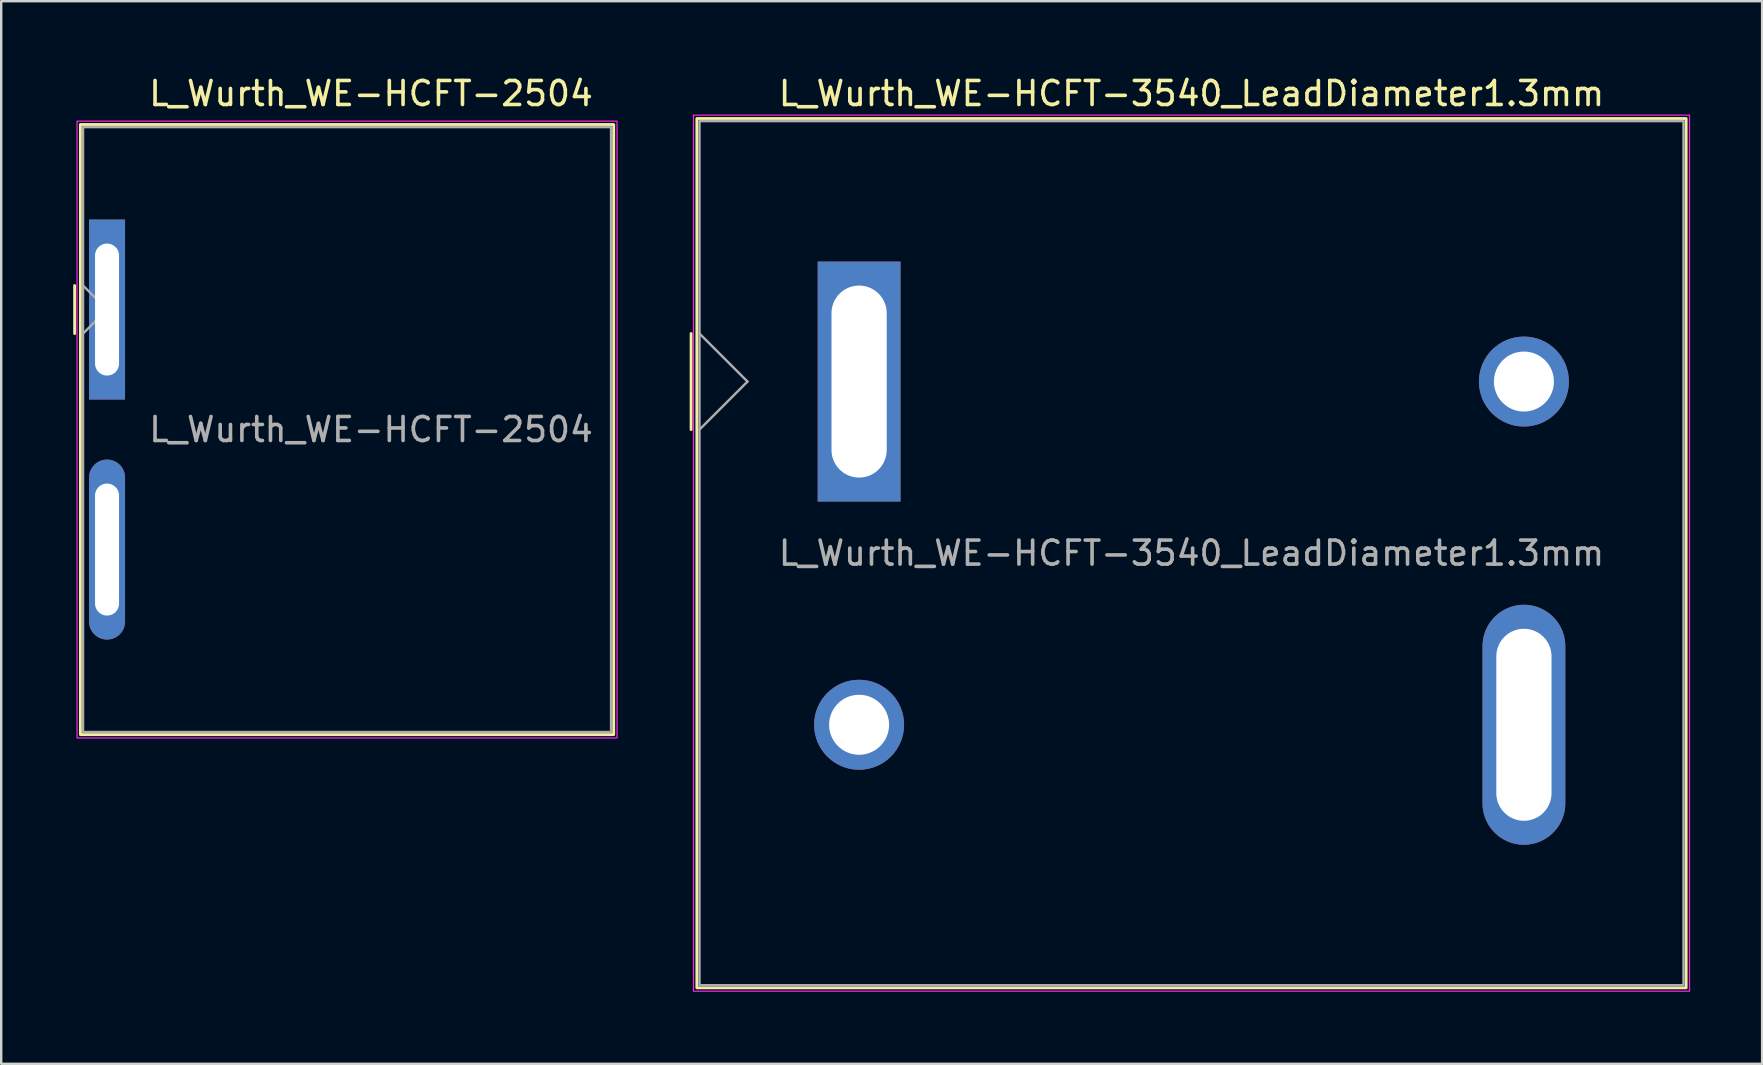
<source format=kicad_pcb>
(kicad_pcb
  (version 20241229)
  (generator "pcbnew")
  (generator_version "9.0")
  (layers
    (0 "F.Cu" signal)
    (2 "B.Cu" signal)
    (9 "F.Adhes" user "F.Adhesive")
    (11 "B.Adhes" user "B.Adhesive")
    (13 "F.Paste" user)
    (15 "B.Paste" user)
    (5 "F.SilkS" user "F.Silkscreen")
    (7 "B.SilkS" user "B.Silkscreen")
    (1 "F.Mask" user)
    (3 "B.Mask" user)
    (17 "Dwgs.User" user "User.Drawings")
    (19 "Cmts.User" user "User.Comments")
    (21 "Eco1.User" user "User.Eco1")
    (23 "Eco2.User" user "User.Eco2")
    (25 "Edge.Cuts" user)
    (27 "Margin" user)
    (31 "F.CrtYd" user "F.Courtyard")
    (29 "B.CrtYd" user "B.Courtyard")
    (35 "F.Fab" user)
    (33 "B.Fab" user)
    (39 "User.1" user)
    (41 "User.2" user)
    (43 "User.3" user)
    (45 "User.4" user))
  (footprint "L_Wurth_WE-HCFT-2504"
    (layer "F.Cu")
    (at 1.41 9.848)
    (property "Reference" "L_Wurth_WE-HCFT-2504" (at 11 -9 0) (unlocked yes) (layer "F.SilkS") (effects (font (size 1 1) (thickness 0.15))))
    (attr through_hole)
    (fp_line (start -1.35 1) (end -1.35 -1) (stroke (width 0.12) (type solid)) (layer "F.SilkS"))
    (fp_rect (start -1.11 -7.71) (end 21.11 17.71) (stroke (width 0.12) (type solid)) (fill no) (layer "F.SilkS"))
    (fp_rect (start -1.25 -7.85) (end 21.25 17.85) (stroke (width 0.05) (type solid)) (fill no) (layer "F.CrtYd"))
    (fp_line (start -1 -1) (end 0 0) (stroke (width 0.1) (type solid)) (layer "F.Fab"))
    (fp_line (start 0 0) (end -1 1) (stroke (width 0.1) (type solid)) (layer "F.Fab"))
    (fp_rect (start -1 -7.6) (end 21 17.6) (stroke (width 0.1) (type solid)) (fill no) (layer "F.Fab"))
    (fp_text user "${REFERENCE}" (at 11 5 0) (unlocked yes) (layer "F.Fab") (effects (font (size 1 1) (thickness 0.15))))
    (pad "1" thru_hole rect (at 0 0) (size 1.5 7.5) (drill oval 1 5.5) (layers "*.Cu" "*.Mask"))
    (pad "2" thru_hole oval (at 0 10) (size 1.5 7.5) (drill oval 1 5.5) (layers "*.Cu" "*.Mask")))
  (footprint "L_Wurth_WE-HCFT-3540_LeadDiameter1.3mm"
    (layer "F.Cu")
    (at 32.745 12.848)
    (property "Reference" "L_Wurth_WE-HCFT-3540_LeadDiameter1.3mm" (at 13.85 -12 0) (unlocked yes) (layer "F.SilkS") (effects (font (size 1 1) (thickness 0.15))))
    (attr through_hole)
    (fp_line (start -7 2) (end -7 -2) (stroke (width 0.12) (type solid)) (layer "F.SilkS"))
    (fp_rect (start -6.76 -10.96) (end 34.46 25.26) (stroke (width 0.12) (type solid)) (fill no) (layer "F.SilkS"))
    (fp_rect (start -6.9 -11.1) (end 34.6 25.4) (stroke (width 0.05) (type solid)) (fill no) (layer "F.CrtYd"))
    (fp_line (start -6.65 -2) (end -4.65 0) (stroke (width 0.1) (type solid)) (layer "F.Fab"))
    (fp_line (start -4.65 0) (end -6.65 2) (stroke (width 0.1) (type solid)) (layer "F.Fab"))
    (fp_rect (start -6.65 -10.85) (end 34.35 25.15) (stroke (width 0.1) (type solid)) (fill no) (layer "F.Fab"))
    (fp_text user "${REFERENCE}" (at 13.85 7.15 0) (unlocked yes) (layer "F.Fab") (effects (font (size 1 1) (thickness 0.15))))
    (pad "" thru_hole circle (at 0 14.3) (size 3.75 3.75) (drill 2.5) (layers "*.Cu" "*.Mask"))
    (pad "" thru_hole circle (at 27.7 0) (size 3.75 3.75) (drill 2.5) (layers "*.Cu" "*.Mask"))
    (pad "1" thru_hole rect (at 0 0) (size 3.45 10) (drill oval 2.3 8) (layers "*.Cu" "*.Mask"))
    (pad "2" thru_hole oval (at 27.7 14.3) (size 3.45 10) (drill oval 2.3 8) (layers "*.Cu" "*.Mask")))
  (gr_rect
    (start -3 -3)
    (end 70.37 41.273)
    (stroke (width 0.1) (type default))
    (fill no)
    (layer "Edge.Cuts")))
</source>
